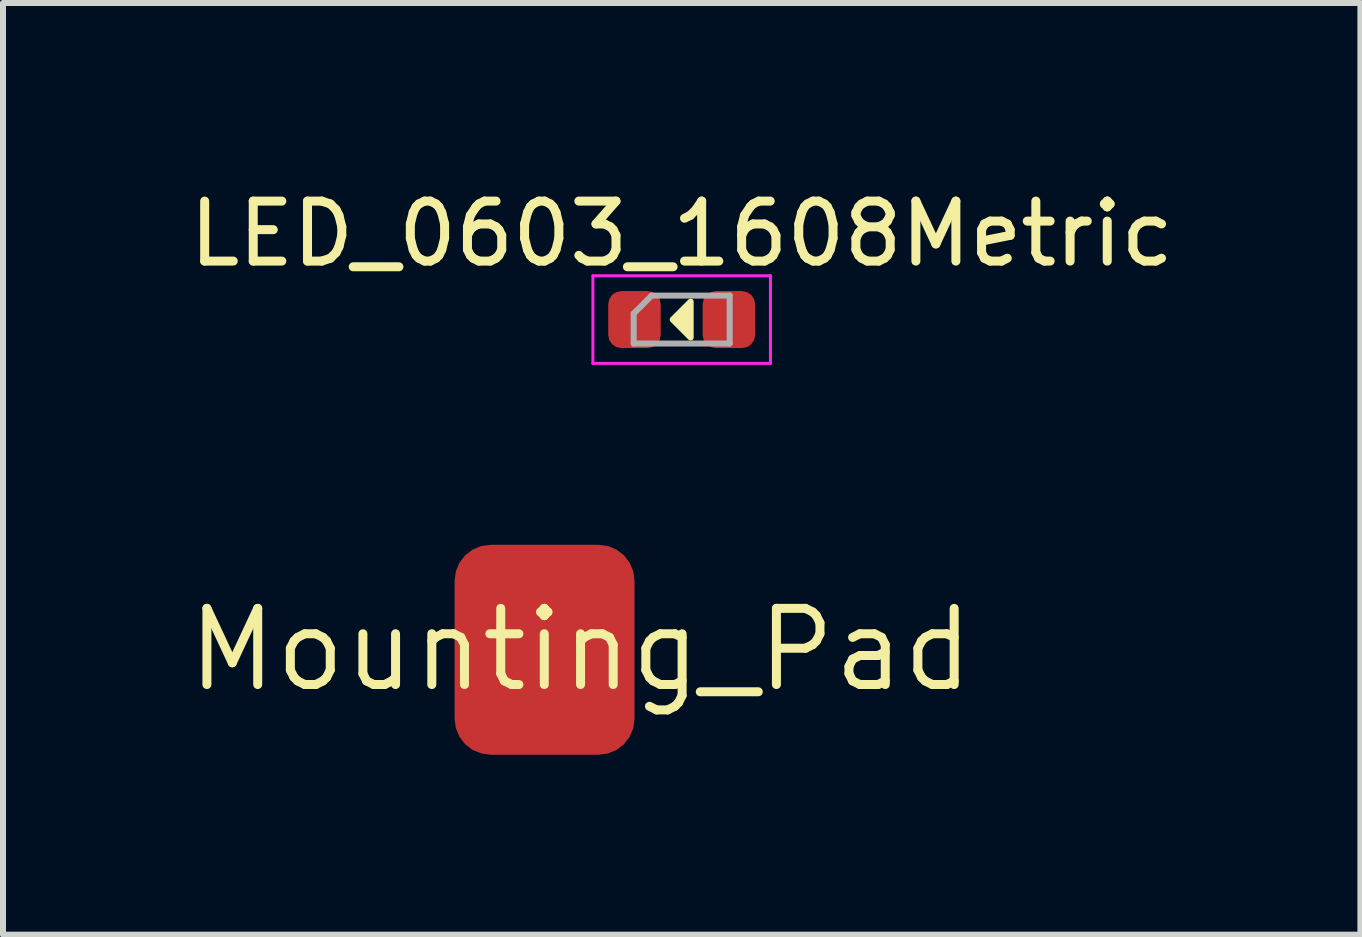
<source format=kicad_pcb>
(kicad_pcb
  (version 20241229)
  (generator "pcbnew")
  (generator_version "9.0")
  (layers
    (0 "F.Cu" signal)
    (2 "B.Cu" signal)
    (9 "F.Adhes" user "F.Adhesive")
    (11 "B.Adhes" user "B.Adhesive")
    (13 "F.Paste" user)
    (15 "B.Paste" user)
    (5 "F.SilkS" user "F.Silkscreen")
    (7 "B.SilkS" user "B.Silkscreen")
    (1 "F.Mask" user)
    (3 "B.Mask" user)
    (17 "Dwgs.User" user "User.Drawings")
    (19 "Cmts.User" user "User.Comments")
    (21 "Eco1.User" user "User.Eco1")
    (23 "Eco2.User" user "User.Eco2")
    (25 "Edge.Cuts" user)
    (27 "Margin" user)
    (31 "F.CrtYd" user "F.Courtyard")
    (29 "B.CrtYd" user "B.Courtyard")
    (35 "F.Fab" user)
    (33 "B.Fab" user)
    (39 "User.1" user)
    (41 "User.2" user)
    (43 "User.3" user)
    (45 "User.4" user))
  (footprint "LED_0603_1608Metric"
    (layer "F.Cu")
    (at 8.315 2.278)
    (property "Reference" "LED_0603_1608Metric" (at 0 -1.43 0) (layer "F.SilkS") (effects (font (size 1 1) (thickness 0.15))))
    (attr smd)
    (fp_poly (pts (xy -0.15 0) (xy 0.15 -0.3) (xy 0.15 0.3)) (stroke (width 0.1) (type solid)) (fill yes) (layer "F.SilkS"))
    (fp_line (start -1.48 -0.73) (end 1.48 -0.73) (stroke (width 0.05) (type solid)) (layer "F.CrtYd"))
    (fp_line (start -1.48 0.73) (end -1.48 -0.73) (stroke (width 0.05) (type solid)) (layer "F.CrtYd"))
    (fp_line (start 1.48 -0.73) (end 1.48 0.73) (stroke (width 0.05) (type solid)) (layer "F.CrtYd"))
    (fp_line (start 1.48 0.73) (end -1.48 0.73) (stroke (width 0.05) (type solid)) (layer "F.CrtYd"))
    (fp_line (start -0.8 -0.1) (end -0.8 0.4) (stroke (width 0.1) (type solid)) (layer "F.Fab"))
    (fp_line (start -0.8 0.4) (end 0.8 0.4) (stroke (width 0.1) (type solid)) (layer "F.Fab"))
    (fp_line (start -0.5 -0.4) (end -0.8 -0.1) (stroke (width 0.1) (type solid)) (layer "F.Fab"))
    (fp_line (start 0.8 -0.4) (end -0.5 -0.4) (stroke (width 0.1) (type solid)) (layer "F.Fab"))
    (fp_line (start 0.8 0.4) (end 0.8 -0.4) (stroke (width 0.1) (type solid)) (layer "F.Fab"))
    (pad "1" smd roundrect (at -0.787 0) (size 0.875 0.95) (layers "F.Cu" "F.Mask" "F.Paste") (roundrect_rratio 0.25))
    (pad "2" smd roundrect (at 0.787 0) (size 0.875 0.95) (layers "F.Cu" "F.Mask" "F.Paste") (roundrect_rratio 0.25)))
  (footprint "Mounting_Pad"
    (layer "F.Cu")
    (at 6.629 7.783)
    (property "Reference" "Mounting_Pad" (at 0 0 0) (layer "F.SilkS") (effects (font (size 1.27 1.27) (thickness 0.15))))
    (pad "1" smd roundrect (at 0 0) (size 3 3.5) (drill (offset -0.6 0)) (layers "F.Cu" "F.Mask") (roundrect_rratio 0.2)))
  (gr_rect
    (start -3 -3)
    (end 19.631 12.533)
    (stroke (width 0.1) (type default))
    (fill no)
    (layer "Edge.Cuts")))
</source>
